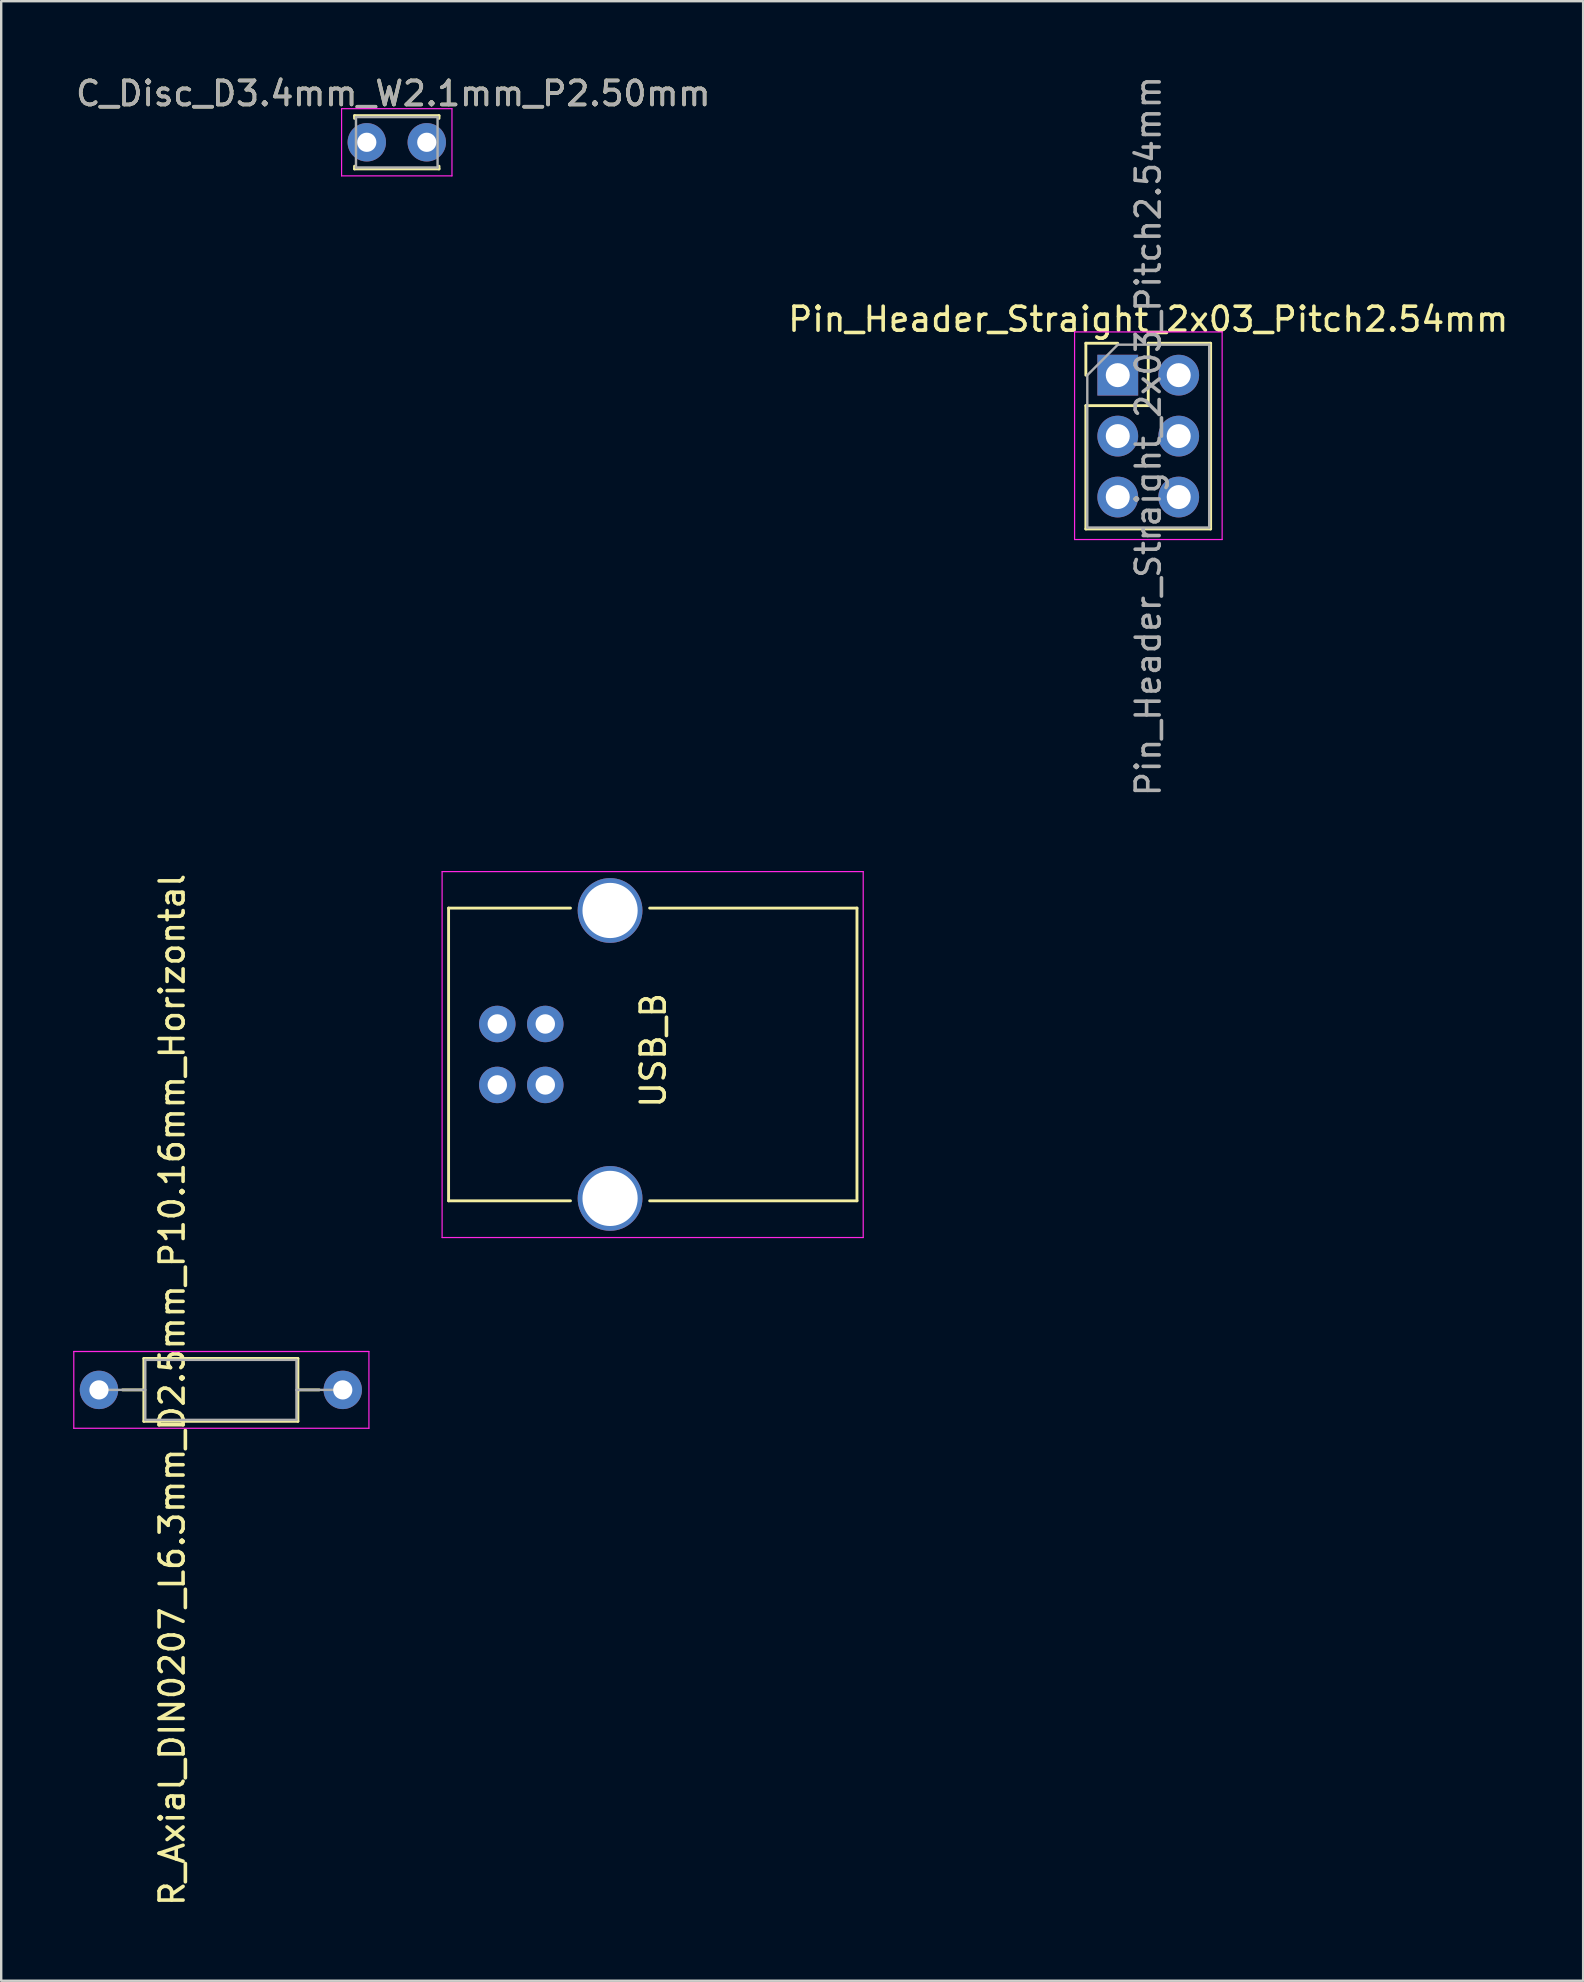
<source format=kicad_pcb>
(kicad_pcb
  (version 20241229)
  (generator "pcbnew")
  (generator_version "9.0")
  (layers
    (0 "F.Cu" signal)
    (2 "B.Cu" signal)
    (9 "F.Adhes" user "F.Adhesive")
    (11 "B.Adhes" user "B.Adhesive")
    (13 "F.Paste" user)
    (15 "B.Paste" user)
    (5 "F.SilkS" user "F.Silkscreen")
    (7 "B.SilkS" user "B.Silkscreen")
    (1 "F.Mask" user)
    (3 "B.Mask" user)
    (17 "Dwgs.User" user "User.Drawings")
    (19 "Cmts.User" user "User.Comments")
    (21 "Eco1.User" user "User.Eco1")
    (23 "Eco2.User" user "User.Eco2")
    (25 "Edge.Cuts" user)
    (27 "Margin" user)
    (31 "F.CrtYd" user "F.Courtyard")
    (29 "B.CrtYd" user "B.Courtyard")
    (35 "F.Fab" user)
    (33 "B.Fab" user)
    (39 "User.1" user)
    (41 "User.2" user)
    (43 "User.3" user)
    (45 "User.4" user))
  (footprint "R_Axial_DIN0207_L6.3mm_D2.5mm_P10.16mm_Horizontal"
    (layer "F.Cu")
    (at 1.075 54.875)
    (property "Reference" "R_Axial_DIN0207_L6.3mm_D2.5mm_P10.16mm_Horizontal" (at 3.05 0 90) (layer "F.SilkS") (effects (font (size 1 1) (thickness 0.15))))
    (attr through_hole)
    (fp_line (start 0.98 0) (end 1.87 0) (stroke (width 0.12) (type solid)) (layer "F.SilkS"))
    (fp_line (start 1.87 -1.31) (end 1.87 1.31) (stroke (width 0.12) (type solid)) (layer "F.SilkS"))
    (fp_line (start 1.87 1.31) (end 8.29 1.31) (stroke (width 0.12) (type solid)) (layer "F.SilkS"))
    (fp_line (start 8.29 -1.31) (end 1.87 -1.31) (stroke (width 0.12) (type solid)) (layer "F.SilkS"))
    (fp_line (start 8.29 1.31) (end 8.29 -1.31) (stroke (width 0.12) (type solid)) (layer "F.SilkS"))
    (fp_line (start 9.18 0) (end 8.29 0) (stroke (width 0.12) (type solid)) (layer "F.SilkS"))
    (fp_line (start -1.05 -1.6) (end -1.05 1.6) (stroke (width 0.05) (type solid)) (layer "F.CrtYd"))
    (fp_line (start -1.05 1.6) (end 11.25 1.6) (stroke (width 0.05) (type solid)) (layer "F.CrtYd"))
    (fp_line (start 11.25 -1.6) (end -1.05 -1.6) (stroke (width 0.05) (type solid)) (layer "F.CrtYd"))
    (fp_line (start 11.25 1.6) (end 11.25 -1.6) (stroke (width 0.05) (type solid)) (layer "F.CrtYd"))
    (fp_line (start 0 0) (end 1.93 0) (stroke (width 0.1) (type solid)) (layer "F.Fab"))
    (fp_line (start 1.93 -1.25) (end 1.93 1.25) (stroke (width 0.1) (type solid)) (layer "F.Fab"))
    (fp_line (start 1.93 1.25) (end 8.23 1.25) (stroke (width 0.1) (type solid)) (layer "F.Fab"))
    (fp_line (start 8.23 -1.25) (end 1.93 -1.25) (stroke (width 0.1) (type solid)) (layer "F.Fab"))
    (fp_line (start 8.23 1.25) (end 8.23 -1.25) (stroke (width 0.1) (type solid)) (layer "F.Fab"))
    (fp_line (start 10.16 0) (end 8.23 0) (stroke (width 0.1) (type solid)) (layer "F.Fab"))
    (pad "1" thru_hole circle (at 0 0) (size 1.6 1.6) (drill 0.8) (layers "*.Cu" "*.Mask"))
    (pad "2" thru_hole oval (at 10.16 0) (size 1.6 1.6) (drill 0.8) (layers "*.Cu" "*.Mask")))
  (footprint "Pin_Header_Straight_2x03_Pitch2.54mm"
    (layer "F.Cu")
    (at 43.534 12.585)
    (property "Reference" "Pin_Header_Straight_2x03_Pitch2.54mm" (at 1.27 -2.33 0) (layer "F.SilkS") (effects (font (size 1 1) (thickness 0.15))))
    (attr through_hole)
    (fp_line (start -1.33 -1.33) (end 0 -1.33) (stroke (width 0.12) (type solid)) (layer "F.SilkS"))
    (fp_line (start -1.33 0) (end -1.33 -1.33) (stroke (width 0.12) (type solid)) (layer "F.SilkS"))
    (fp_line (start -1.33 1.27) (end -1.33 6.41) (stroke (width 0.12) (type solid)) (layer "F.SilkS"))
    (fp_line (start -1.33 1.27) (end 1.27 1.27) (stroke (width 0.12) (type solid)) (layer "F.SilkS"))
    (fp_line (start -1.33 6.41) (end 3.87 6.41) (stroke (width 0.12) (type solid)) (layer "F.SilkS"))
    (fp_line (start 1.27 -1.33) (end 3.87 -1.33) (stroke (width 0.12) (type solid)) (layer "F.SilkS"))
    (fp_line (start 1.27 1.27) (end 1.27 -1.33) (stroke (width 0.12) (type solid)) (layer "F.SilkS"))
    (fp_line (start 3.87 -1.33) (end 3.87 6.41) (stroke (width 0.12) (type solid)) (layer "F.SilkS"))
    (fp_line (start -1.8 -1.8) (end -1.8 6.85) (stroke (width 0.05) (type solid)) (layer "F.CrtYd"))
    (fp_line (start -1.8 6.85) (end 4.35 6.85) (stroke (width 0.05) (type solid)) (layer "F.CrtYd"))
    (fp_line (start 4.35 -1.8) (end -1.8 -1.8) (stroke (width 0.05) (type solid)) (layer "F.CrtYd"))
    (fp_line (start 4.35 6.85) (end 4.35 -1.8) (stroke (width 0.05) (type solid)) (layer "F.CrtYd"))
    (fp_line (start -1.27 0) (end 0 -1.27) (stroke (width 0.1) (type solid)) (layer "F.Fab"))
    (fp_line (start -1.27 6.35) (end -1.27 0) (stroke (width 0.1) (type solid)) (layer "F.Fab"))
    (fp_line (start 0 -1.27) (end 3.81 -1.27) (stroke (width 0.1) (type solid)) (layer "F.Fab"))
    (fp_line (start 3.81 -1.27) (end 3.81 6.35) (stroke (width 0.1) (type solid)) (layer "F.Fab"))
    (fp_line (start 3.81 6.35) (end -1.27 6.35) (stroke (width 0.1) (type solid)) (layer "F.Fab"))
    (fp_text user "${REFERENCE}" (at 1.27 2.54 90) (layer "F.Fab") (effects (font (size 1 1) (thickness 0.15))))
    (pad "1" thru_hole rect (at 0 0) (size 1.7 1.7) (drill 1) (layers "*.Cu" "*.Mask"))
    (pad "2" thru_hole oval (at 2.54 0) (size 1.7 1.7) (drill 1) (layers "*.Cu" "*.Mask"))
    (pad "3" thru_hole oval (at 0 2.54) (size 1.7 1.7) (drill 1) (layers "*.Cu" "*.Mask"))
    (pad "4" thru_hole oval (at 2.54 2.54) (size 1.7 1.7) (drill 1) (layers "*.Cu" "*.Mask"))
    (pad "5" thru_hole oval (at 0 5.08) (size 1.7 1.7) (drill 1) (layers "*.Cu" "*.Mask"))
    (pad "6" thru_hole oval (at 2.54 5.08) (size 1.7 1.7) (drill 1) (layers "*.Cu" "*.Mask")))
  (footprint "USB_B"
    (layer "F.Cu")
    (at 17.675 39.625)
    (property "Reference" "USB_B" (at 6.5 1.1 90) (layer "F.SilkS") (effects (font (size 1 1) (thickness 0.15))))
    (attr through_hole)
    (fp_line (start -2.03 -4.83) (end 3.05 -4.83) (stroke (width 0.12) (type solid)) (layer "F.SilkS"))
    (fp_line (start -2.03 7.37) (end -2.03 -4.83) (stroke (width 0.12) (type solid)) (layer "F.SilkS"))
    (fp_line (start -2.03 7.37) (end 3.05 7.37) (stroke (width 0.12) (type solid)) (layer "F.SilkS"))
    (fp_line (start 6.35 -4.83) (end 14.99 -4.83) (stroke (width 0.12) (type solid)) (layer "F.SilkS"))
    (fp_line (start 6.35 7.37) (end 14.99 7.37) (stroke (width 0.12) (type solid)) (layer "F.SilkS"))
    (fp_line (start 14.99 -4.83) (end 14.99 7.37) (stroke (width 0.12) (type solid)) (layer "F.SilkS"))
    (fp_line (start -2.3 -6.35) (end 15.25 -6.35) (stroke (width 0.05) (type solid)) (layer "F.CrtYd"))
    (fp_line (start -2.3 8.9) (end -2.3 -6.35) (stroke (width 0.05) (type solid)) (layer "F.CrtYd"))
    (fp_line (start 15.25 -6.35) (end 15.25 8.9) (stroke (width 0.05) (type solid)) (layer "F.CrtYd"))
    (fp_line (start 15.25 8.9) (end -2.3 8.9) (stroke (width 0.05) (type solid)) (layer "F.CrtYd"))
    (pad "1" thru_hole circle (at 0 0 270) (size 1.52 1.52) (drill 0.81) (layers "*.Cu" "*.Mask"))
    (pad "2" thru_hole circle (at 0 2.54 270) (size 1.52 1.52) (drill 0.81) (layers "*.Cu" "*.Mask"))
    (pad "3" thru_hole circle (at 2 2.54 270) (size 1.52 1.52) (drill 0.81) (layers "*.Cu" "*.Mask"))
    (pad "4" thru_hole circle (at 2 0 270) (size 1.52 1.52) (drill 0.81) (layers "*.Cu" "*.Mask"))
    (pad "5" thru_hole circle (at 4.7 -4.73 270) (size 2.7 2.7) (drill 2.3) (layers "*.Cu" "*.Mask"))
    (pad "5" thru_hole circle (at 4.7 7.27 270) (size 2.7 2.7) (drill 2.3) (layers "*.Cu" "*.Mask")))
  (footprint "C_Disc_D3.4mm_W2.1mm_P2.50mm"
    (layer "F.Cu")
    (at 12.236 2.88)
    (property "Reference" "C_Disc_D3.4mm_W2.1mm_P2.50mm" (at 1.103 -2.032 0) (layer "F.SilkS") (effects (font (size 1 1) (thickness 0.15))))
    (attr through_hole)
    (fp_line (start -0.51 -1.11) (end -0.51 -0.996) (stroke (width 0.12) (type solid)) (layer "F.SilkS"))
    (fp_line (start -0.51 -1.11) (end 3.01 -1.11) (stroke (width 0.12) (type solid)) (layer "F.SilkS"))
    (fp_line (start -0.51 0.996) (end -0.51 1.11) (stroke (width 0.12) (type solid)) (layer "F.SilkS"))
    (fp_line (start -0.51 1.11) (end 3.01 1.11) (stroke (width 0.12) (type solid)) (layer "F.SilkS"))
    (fp_line (start 3.01 -1.11) (end 3.01 -0.996) (stroke (width 0.12) (type solid)) (layer "F.SilkS"))
    (fp_line (start 3.01 0.996) (end 3.01 1.11) (stroke (width 0.12) (type solid)) (layer "F.SilkS"))
    (fp_line (start -1.05 -1.4) (end -1.05 1.4) (stroke (width 0.05) (type solid)) (layer "F.CrtYd"))
    (fp_line (start -1.05 1.4) (end 3.55 1.4) (stroke (width 0.05) (type solid)) (layer "F.CrtYd"))
    (fp_line (start 3.55 -1.4) (end -1.05 -1.4) (stroke (width 0.05) (type solid)) (layer "F.CrtYd"))
    (fp_line (start 3.55 1.4) (end 3.55 -1.4) (stroke (width 0.05) (type solid)) (layer "F.CrtYd"))
    (fp_line (start -0.45 -1.05) (end -0.45 1.05) (stroke (width 0.1) (type solid)) (layer "F.Fab"))
    (fp_line (start -0.45 1.05) (end 2.95 1.05) (stroke (width 0.1) (type solid)) (layer "F.Fab"))
    (fp_line (start 2.95 -1.05) (end -0.45 -1.05) (stroke (width 0.1) (type solid)) (layer "F.Fab"))
    (fp_line (start 2.95 1.05) (end 2.95 -1.05) (stroke (width 0.1) (type solid)) (layer "F.Fab"))
    (fp_text user "${REFERENCE}" (at 1.103 -2.032 0) (layer "F.Fab") (effects (font (size 1 1) (thickness 0.15))))
    (pad "1" thru_hole circle (at 0 0) (size 1.6 1.6) (drill 0.8) (layers "*.Cu" "*.Mask"))
    (pad "2" thru_hole circle (at 2.5 0) (size 1.6 1.6) (drill 0.8) (layers "*.Cu" "*.Mask")))
  (gr_rect
    (start -3 -3)
    (end 62.929 79.5)
    (stroke (width 0.1) (type default))
    (fill no)
    (layer "Edge.Cuts")))
</source>
